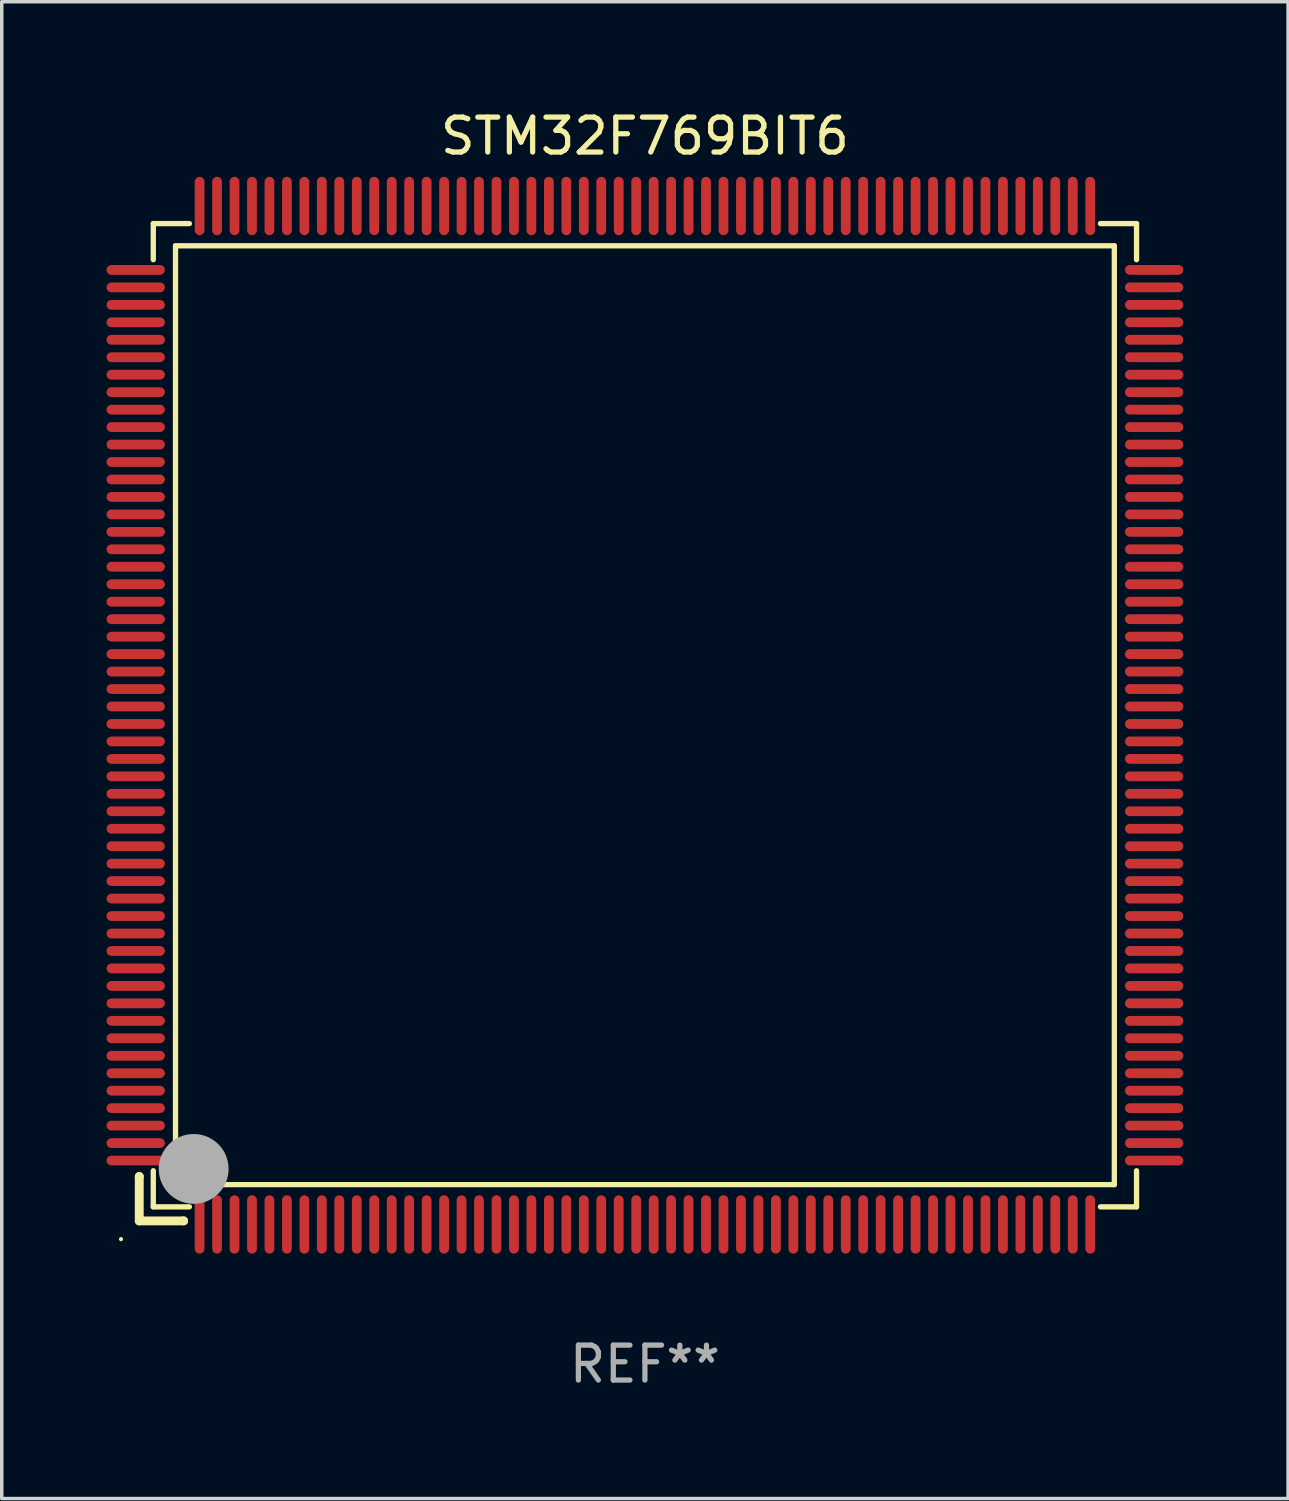
<source format=kicad_pcb>
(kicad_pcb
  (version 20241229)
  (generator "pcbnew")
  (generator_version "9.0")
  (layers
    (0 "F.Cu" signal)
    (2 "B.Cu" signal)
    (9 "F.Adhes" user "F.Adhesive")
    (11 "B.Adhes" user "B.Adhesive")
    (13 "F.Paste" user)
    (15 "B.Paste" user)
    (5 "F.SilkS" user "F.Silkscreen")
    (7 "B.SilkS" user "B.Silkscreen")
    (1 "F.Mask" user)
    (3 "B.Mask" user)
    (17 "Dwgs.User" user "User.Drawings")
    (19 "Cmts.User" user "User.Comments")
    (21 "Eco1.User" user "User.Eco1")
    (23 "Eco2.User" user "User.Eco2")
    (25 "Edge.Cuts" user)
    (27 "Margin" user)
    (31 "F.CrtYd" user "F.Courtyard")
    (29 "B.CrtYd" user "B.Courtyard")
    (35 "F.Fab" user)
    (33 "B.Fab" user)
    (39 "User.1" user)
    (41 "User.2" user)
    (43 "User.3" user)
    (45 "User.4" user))
  (footprint "STM32F769BIT6"
    (layer "F.Cu")
    (at 15.415 17.428)
    (property "Reference" "STM32F769BIT6" (at 0 -16.58 0) (layer "F.SilkS") (effects (font (size 1 1) (thickness 0.15))))
    (attr through_hole)
    (fp_line (start -14.478 13.208) (end -14.478 13.208) (stroke (width 0.254) (type solid)) (layer "F.SilkS"))
    (fp_line (start -14.478 13.208) (end -14.478 14.478) (stroke (width 0.254) (type solid)) (layer "F.SilkS"))
    (fp_line (start -14.478 14.478) (end -13.208 14.478) (stroke (width 0.254) (type solid)) (layer "F.SilkS"))
    (fp_line (start -14.076 -14.076) (end -14.076 -13.042) (stroke (width 0.152) (type solid)) (layer "F.SilkS"))
    (fp_line (start -14.076 14.076) (end -14.076 13.042) (stroke (width 0.152) (type solid)) (layer "F.SilkS"))
    (fp_line (start -13.44 -13.44) (end 13.44 -13.44) (stroke (width 0.152) (type solid)) (layer "F.SilkS"))
    (fp_line (start -13.44 13.44) (end -13.44 -13.44) (stroke (width 0.152) (type solid)) (layer "F.SilkS"))
    (fp_line (start -13.208 14.478) (end -13.208 14.478) (stroke (width 0.254) (type solid)) (layer "F.SilkS"))
    (fp_line (start -13.042 -14.076) (end -14.076 -14.076) (stroke (width 0.152) (type solid)) (layer "F.SilkS"))
    (fp_line (start -13.042 14.076) (end -14.076 14.076) (stroke (width 0.152) (type solid)) (layer "F.SilkS"))
    (fp_line (start 13.042 -14.076) (end 14.076 -14.076) (stroke (width 0.152) (type solid)) (layer "F.SilkS"))
    (fp_line (start 13.042 14.076) (end 14.076 14.076) (stroke (width 0.152) (type solid)) (layer "F.SilkS"))
    (fp_line (start 13.44 -13.44) (end 13.44 13.44) (stroke (width 0.152) (type solid)) (layer "F.SilkS"))
    (fp_line (start 13.44 13.44) (end -13.44 13.44) (stroke (width 0.152) (type solid)) (layer "F.SilkS"))
    (fp_line (start 14.076 -14.076) (end 14.076 -13.042) (stroke (width 0.152) (type solid)) (layer "F.SilkS"))
    (fp_line (start 14.076 14.076) (end 14.076 13.042) (stroke (width 0.152) (type solid)) (layer "F.SilkS"))
    (fp_circle (center -15 15) (end -14.97 15) (stroke (width 0.06) (type solid)) (fill no) (layer "F.SilkS"))
    (fp_circle (center -13.138 13.138) (end -13.063 13.138) (stroke (width 0.15) (type solid)) (fill no) (layer "F.SilkS"))
    (fp_circle (center -12.92 12.99) (end -12.42 12.99) (stroke (width 1) (type solid)) (fill no) (layer "F.Fab"))
    (fp_text user "REF**" (at 0 18.58 0) (layer "F.Fab") (effects (font (size 1 1) (thickness 0.15))))
    (pad "1" smd oval (at -12.75 14.58) (size 0.28 1.67) (layers "F.Cu" "F.Mask" "F.Paste"))
    (pad "2" smd oval (at -12.25 14.58) (size 0.28 1.67) (layers "F.Cu" "F.Mask" "F.Paste"))
    (pad "3" smd oval (at -11.75 14.58) (size 0.28 1.67) (layers "F.Cu" "F.Mask" "F.Paste"))
    (pad "4" smd oval (at -11.25 14.58) (size 0.28 1.67) (layers "F.Cu" "F.Mask" "F.Paste"))
    (pad "5" smd oval (at -10.75 14.58) (size 0.28 1.67) (layers "F.Cu" "F.Mask" "F.Paste"))
    (pad "6" smd oval (at -10.25 14.58) (size 0.28 1.67) (layers "F.Cu" "F.Mask" "F.Paste"))
    (pad "7" smd oval (at -9.75 14.58) (size 0.28 1.67) (layers "F.Cu" "F.Mask" "F.Paste"))
    (pad "8" smd oval (at -9.25 14.58) (size 0.28 1.67) (layers "F.Cu" "F.Mask" "F.Paste"))
    (pad "9" smd oval (at -8.75 14.58) (size 0.28 1.67) (layers "F.Cu" "F.Mask" "F.Paste"))
    (pad "10" smd oval (at -8.25 14.58) (size 0.28 1.67) (layers "F.Cu" "F.Mask" "F.Paste"))
    (pad "11" smd oval (at -7.75 14.58) (size 0.28 1.67) (layers "F.Cu" "F.Mask" "F.Paste"))
    (pad "12" smd oval (at -7.25 14.58) (size 0.28 1.67) (layers "F.Cu" "F.Mask" "F.Paste"))
    (pad "13" smd oval (at -6.75 14.58) (size 0.28 1.67) (layers "F.Cu" "F.Mask" "F.Paste"))
    (pad "14" smd oval (at -6.25 14.58) (size 0.28 1.67) (layers "F.Cu" "F.Mask" "F.Paste"))
    (pad "15" smd oval (at -5.75 14.58) (size 0.28 1.67) (layers "F.Cu" "F.Mask" "F.Paste"))
    (pad "16" smd oval (at -5.25 14.58) (size 0.28 1.67) (layers "F.Cu" "F.Mask" "F.Paste"))
    (pad "17" smd oval (at -4.75 14.58) (size 0.28 1.67) (layers "F.Cu" "F.Mask" "F.Paste"))
    (pad "18" smd oval (at -4.25 14.58) (size 0.28 1.67) (layers "F.Cu" "F.Mask" "F.Paste"))
    (pad "19" smd oval (at -3.75 14.58) (size 0.28 1.67) (layers "F.Cu" "F.Mask" "F.Paste"))
    (pad "20" smd oval (at -3.25 14.58) (size 0.28 1.67) (layers "F.Cu" "F.Mask" "F.Paste"))
    (pad "21" smd oval (at -2.75 14.58) (size 0.28 1.67) (layers "F.Cu" "F.Mask" "F.Paste"))
    (pad "22" smd oval (at -2.25 14.58) (size 0.28 1.67) (layers "F.Cu" "F.Mask" "F.Paste"))
    (pad "23" smd oval (at -1.75 14.58) (size 0.28 1.67) (layers "F.Cu" "F.Mask" "F.Paste"))
    (pad "24" smd oval (at -1.25 14.58) (size 0.28 1.67) (layers "F.Cu" "F.Mask" "F.Paste"))
    (pad "25" smd oval (at -0.75 14.58) (size 0.28 1.67) (layers "F.Cu" "F.Mask" "F.Paste"))
    (pad "26" smd oval (at -0.25 14.58) (size 0.28 1.67) (layers "F.Cu" "F.Mask" "F.Paste"))
    (pad "27" smd oval (at 0.25 14.58) (size 0.28 1.67) (layers "F.Cu" "F.Mask" "F.Paste"))
    (pad "28" smd oval (at 0.75 14.58) (size 0.28 1.67) (layers "F.Cu" "F.Mask" "F.Paste"))
    (pad "29" smd oval (at 1.25 14.58) (size 0.28 1.67) (layers "F.Cu" "F.Mask" "F.Paste"))
    (pad "30" smd oval (at 1.75 14.58) (size 0.28 1.67) (layers "F.Cu" "F.Mask" "F.Paste"))
    (pad "31" smd oval (at 2.25 14.58) (size 0.28 1.67) (layers "F.Cu" "F.Mask" "F.Paste"))
    (pad "32" smd oval (at 2.75 14.58) (size 0.28 1.67) (layers "F.Cu" "F.Mask" "F.Paste"))
    (pad "33" smd oval (at 3.25 14.58) (size 0.28 1.67) (layers "F.Cu" "F.Mask" "F.Paste"))
    (pad "34" smd oval (at 3.75 14.58) (size 0.28 1.67) (layers "F.Cu" "F.Mask" "F.Paste"))
    (pad "35" smd oval (at 4.25 14.58) (size 0.28 1.67) (layers "F.Cu" "F.Mask" "F.Paste"))
    (pad "36" smd oval (at 4.75 14.58) (size 0.28 1.67) (layers "F.Cu" "F.Mask" "F.Paste"))
    (pad "37" smd oval (at 5.25 14.58) (size 0.28 1.67) (layers "F.Cu" "F.Mask" "F.Paste"))
    (pad "38" smd oval (at 5.75 14.58) (size 0.28 1.67) (layers "F.Cu" "F.Mask" "F.Paste"))
    (pad "39" smd oval (at 6.25 14.58) (size 0.28 1.67) (layers "F.Cu" "F.Mask" "F.Paste"))
    (pad "40" smd oval (at 6.75 14.58) (size 0.28 1.67) (layers "F.Cu" "F.Mask" "F.Paste"))
    (pad "41" smd oval (at 7.25 14.58) (size 0.28 1.67) (layers "F.Cu" "F.Mask" "F.Paste"))
    (pad "42" smd oval (at 7.75 14.58) (size 0.28 1.67) (layers "F.Cu" "F.Mask" "F.Paste"))
    (pad "43" smd oval (at 8.25 14.58) (size 0.28 1.67) (layers "F.Cu" "F.Mask" "F.Paste"))
    (pad "44" smd oval (at 8.75 14.58) (size 0.28 1.67) (layers "F.Cu" "F.Mask" "F.Paste"))
    (pad "45" smd oval (at 9.25 14.58) (size 0.28 1.67) (layers "F.Cu" "F.Mask" "F.Paste"))
    (pad "46" smd oval (at 9.75 14.58) (size 0.28 1.67) (layers "F.Cu" "F.Mask" "F.Paste"))
    (pad "47" smd oval (at 10.25 14.58) (size 0.28 1.67) (layers "F.Cu" "F.Mask" "F.Paste"))
    (pad "48" smd oval (at 10.75 14.58) (size 0.28 1.67) (layers "F.Cu" "F.Mask" "F.Paste"))
    (pad "49" smd oval (at 11.25 14.58) (size 0.28 1.67) (layers "F.Cu" "F.Mask" "F.Paste"))
    (pad "50" smd oval (at 11.75 14.58) (size 0.28 1.67) (layers "F.Cu" "F.Mask" "F.Paste"))
    (pad "51" smd oval (at 12.25 14.58) (size 0.28 1.67) (layers "F.Cu" "F.Mask" "F.Paste"))
    (pad "52" smd oval (at 12.75 14.58) (size 0.28 1.67) (layers "F.Cu" "F.Mask" "F.Paste"))
    (pad "53" smd oval (at 14.58 12.75) (size 1.67 0.28) (layers "F.Cu" "F.Mask" "F.Paste"))
    (pad "54" smd oval (at 14.58 12.25) (size 1.67 0.28) (layers "F.Cu" "F.Mask" "F.Paste"))
    (pad "55" smd oval (at 14.58 11.75) (size 1.67 0.28) (layers "F.Cu" "F.Mask" "F.Paste"))
    (pad "56" smd oval (at 14.58 11.25) (size 1.67 0.28) (layers "F.Cu" "F.Mask" "F.Paste"))
    (pad "57" smd oval (at 14.58 10.75) (size 1.67 0.28) (layers "F.Cu" "F.Mask" "F.Paste"))
    (pad "58" smd oval (at 14.58 10.25) (size 1.67 0.28) (layers "F.Cu" "F.Mask" "F.Paste"))
    (pad "59" smd oval (at 14.58 9.75) (size 1.67 0.28) (layers "F.Cu" "F.Mask" "F.Paste"))
    (pad "60" smd oval (at 14.58 9.25) (size 1.67 0.28) (layers "F.Cu" "F.Mask" "F.Paste"))
    (pad "61" smd oval (at 14.58 8.75) (size 1.67 0.28) (layers "F.Cu" "F.Mask" "F.Paste"))
    (pad "62" smd oval (at 14.58 8.25) (size 1.67 0.28) (layers "F.Cu" "F.Mask" "F.Paste"))
    (pad "63" smd oval (at 14.58 7.75) (size 1.67 0.28) (layers "F.Cu" "F.Mask" "F.Paste"))
    (pad "64" smd oval (at 14.58 7.25) (size 1.67 0.28) (layers "F.Cu" "F.Mask" "F.Paste"))
    (pad "65" smd oval (at 14.58 6.75) (size 1.67 0.28) (layers "F.Cu" "F.Mask" "F.Paste"))
    (pad "66" smd oval (at 14.58 6.25) (size 1.67 0.28) (layers "F.Cu" "F.Mask" "F.Paste"))
    (pad "67" smd oval (at 14.58 5.75) (size 1.67 0.28) (layers "F.Cu" "F.Mask" "F.Paste"))
    (pad "68" smd oval (at 14.58 5.25) (size 1.67 0.28) (layers "F.Cu" "F.Mask" "F.Paste"))
    (pad "69" smd oval (at 14.58 4.75) (size 1.67 0.28) (layers "F.Cu" "F.Mask" "F.Paste"))
    (pad "70" smd oval (at 14.58 4.25) (size 1.67 0.28) (layers "F.Cu" "F.Mask" "F.Paste"))
    (pad "71" smd oval (at 14.58 3.75) (size 1.67 0.28) (layers "F.Cu" "F.Mask" "F.Paste"))
    (pad "72" smd oval (at 14.58 3.25) (size 1.67 0.28) (layers "F.Cu" "F.Mask" "F.Paste"))
    (pad "73" smd oval (at 14.58 2.75) (size 1.67 0.28) (layers "F.Cu" "F.Mask" "F.Paste"))
    (pad "74" smd oval (at 14.58 2.25) (size 1.67 0.28) (layers "F.Cu" "F.Mask" "F.Paste"))
    (pad "75" smd oval (at 14.58 1.75) (size 1.67 0.28) (layers "F.Cu" "F.Mask" "F.Paste"))
    (pad "76" smd oval (at 14.58 1.25) (size 1.67 0.28) (layers "F.Cu" "F.Mask" "F.Paste"))
    (pad "77" smd oval (at 14.58 0.75) (size 1.67 0.28) (layers "F.Cu" "F.Mask" "F.Paste"))
    (pad "78" smd oval (at 14.58 0.25) (size 1.67 0.28) (layers "F.Cu" "F.Mask" "F.Paste"))
    (pad "79" smd oval (at 14.58 -0.25) (size 1.67 0.28) (layers "F.Cu" "F.Mask" "F.Paste"))
    (pad "80" smd oval (at 14.58 -0.75) (size 1.67 0.28) (layers "F.Cu" "F.Mask" "F.Paste"))
    (pad "81" smd oval (at 14.58 -1.25) (size 1.67 0.28) (layers "F.Cu" "F.Mask" "F.Paste"))
    (pad "82" smd oval (at 14.58 -1.75) (size 1.67 0.28) (layers "F.Cu" "F.Mask" "F.Paste"))
    (pad "83" smd oval (at 14.58 -2.25) (size 1.67 0.28) (layers "F.Cu" "F.Mask" "F.Paste"))
    (pad "84" smd oval (at 14.58 -2.75) (size 1.67 0.28) (layers "F.Cu" "F.Mask" "F.Paste"))
    (pad "85" smd oval (at 14.58 -3.25) (size 1.67 0.28) (layers "F.Cu" "F.Mask" "F.Paste"))
    (pad "86" smd oval (at 14.58 -3.75) (size 1.67 0.28) (layers "F.Cu" "F.Mask" "F.Paste"))
    (pad "87" smd oval (at 14.58 -4.25) (size 1.67 0.28) (layers "F.Cu" "F.Mask" "F.Paste"))
    (pad "88" smd oval (at 14.58 -4.75) (size 1.67 0.28) (layers "F.Cu" "F.Mask" "F.Paste"))
    (pad "89" smd oval (at 14.58 -5.25) (size 1.67 0.28) (layers "F.Cu" "F.Mask" "F.Paste"))
    (pad "90" smd oval (at 14.58 -5.75) (size 1.67 0.28) (layers "F.Cu" "F.Mask" "F.Paste"))
    (pad "91" smd oval (at 14.58 -6.25) (size 1.67 0.28) (layers "F.Cu" "F.Mask" "F.Paste"))
    (pad "92" smd oval (at 14.58 -6.75) (size 1.67 0.28) (layers "F.Cu" "F.Mask" "F.Paste"))
    (pad "93" smd oval (at 14.58 -7.25) (size 1.67 0.28) (layers "F.Cu" "F.Mask" "F.Paste"))
    (pad "94" smd oval (at 14.58 -7.75) (size 1.67 0.28) (layers "F.Cu" "F.Mask" "F.Paste"))
    (pad "95" smd oval (at 14.58 -8.25) (size 1.67 0.28) (layers "F.Cu" "F.Mask" "F.Paste"))
    (pad "96" smd oval (at 14.58 -8.75) (size 1.67 0.28) (layers "F.Cu" "F.Mask" "F.Paste"))
    (pad "97" smd oval (at 14.58 -9.25) (size 1.67 0.28) (layers "F.Cu" "F.Mask" "F.Paste"))
    (pad "98" smd oval (at 14.58 -9.75) (size 1.67 0.28) (layers "F.Cu" "F.Mask" "F.Paste"))
    (pad "99" smd oval (at 14.58 -10.25) (size 1.67 0.28) (layers "F.Cu" "F.Mask" "F.Paste"))
    (pad "100" smd oval (at 14.58 -10.75) (size 1.67 0.28) (layers "F.Cu" "F.Mask" "F.Paste"))
    (pad "101" smd oval (at 14.58 -11.25) (size 1.67 0.28) (layers "F.Cu" "F.Mask" "F.Paste"))
    (pad "102" smd oval (at 14.58 -11.75) (size 1.67 0.28) (layers "F.Cu" "F.Mask" "F.Paste"))
    (pad "103" smd oval (at 14.58 -12.25) (size 1.67 0.28) (layers "F.Cu" "F.Mask" "F.Paste"))
    (pad "104" smd oval (at 14.58 -12.75) (size 1.67 0.28) (layers "F.Cu" "F.Mask" "F.Paste"))
    (pad "105" smd oval (at 12.75 -14.58) (size 0.28 1.67) (layers "F.Cu" "F.Mask" "F.Paste"))
    (pad "106" smd oval (at 12.25 -14.58) (size 0.28 1.67) (layers "F.Cu" "F.Mask" "F.Paste"))
    (pad "107" smd oval (at 11.75 -14.58) (size 0.28 1.67) (layers "F.Cu" "F.Mask" "F.Paste"))
    (pad "108" smd oval (at 11.25 -14.58) (size 0.28 1.67) (layers "F.Cu" "F.Mask" "F.Paste"))
    (pad "109" smd oval (at 10.75 -14.58) (size 0.28 1.67) (layers "F.Cu" "F.Mask" "F.Paste"))
    (pad "110" smd oval (at 10.25 -14.58) (size 0.28 1.67) (layers "F.Cu" "F.Mask" "F.Paste"))
    (pad "111" smd oval (at 9.75 -14.58) (size 0.28 1.67) (layers "F.Cu" "F.Mask" "F.Paste"))
    (pad "112" smd oval (at 9.25 -14.58) (size 0.28 1.67) (layers "F.Cu" "F.Mask" "F.Paste"))
    (pad "113" smd oval (at 8.75 -14.58) (size 0.28 1.67) (layers "F.Cu" "F.Mask" "F.Paste"))
    (pad "114" smd oval (at 8.25 -14.58) (size 0.28 1.67) (layers "F.Cu" "F.Mask" "F.Paste"))
    (pad "115" smd oval (at 7.75 -14.58) (size 0.28 1.67) (layers "F.Cu" "F.Mask" "F.Paste"))
    (pad "116" smd oval (at 7.25 -14.58) (size 0.28 1.67) (layers "F.Cu" "F.Mask" "F.Paste"))
    (pad "117" smd oval (at 6.75 -14.58) (size 0.28 1.67) (layers "F.Cu" "F.Mask" "F.Paste"))
    (pad "118" smd oval (at 6.25 -14.58) (size 0.28 1.67) (layers "F.Cu" "F.Mask" "F.Paste"))
    (pad "119" smd oval (at 5.75 -14.58) (size 0.28 1.67) (layers "F.Cu" "F.Mask" "F.Paste"))
    (pad "120" smd oval (at 5.25 -14.58) (size 0.28 1.67) (layers "F.Cu" "F.Mask" "F.Paste"))
    (pad "121" smd oval (at 4.75 -14.58) (size 0.28 1.67) (layers "F.Cu" "F.Mask" "F.Paste"))
    (pad "122" smd oval (at 4.25 -14.58) (size 0.28 1.67) (layers "F.Cu" "F.Mask" "F.Paste"))
    (pad "123" smd oval (at 3.75 -14.58) (size 0.28 1.67) (layers "F.Cu" "F.Mask" "F.Paste"))
    (pad "124" smd oval (at 3.25 -14.58) (size 0.28 1.67) (layers "F.Cu" "F.Mask" "F.Paste"))
    (pad "125" smd oval (at 2.75 -14.58) (size 0.28 1.67) (layers "F.Cu" "F.Mask" "F.Paste"))
    (pad "126" smd oval (at 2.25 -14.58) (size 0.28 1.67) (layers "F.Cu" "F.Mask" "F.Paste"))
    (pad "127" smd oval (at 1.75 -14.58) (size 0.28 1.67) (layers "F.Cu" "F.Mask" "F.Paste"))
    (pad "128" smd oval (at 1.25 -14.58) (size 0.28 1.67) (layers "F.Cu" "F.Mask" "F.Paste"))
    (pad "129" smd oval (at 0.75 -14.58) (size 0.28 1.67) (layers "F.Cu" "F.Mask" "F.Paste"))
    (pad "130" smd oval (at 0.25 -14.58) (size 0.28 1.67) (layers "F.Cu" "F.Mask" "F.Paste"))
    (pad "131" smd oval (at -0.25 -14.58) (size 0.28 1.67) (layers "F.Cu" "F.Mask" "F.Paste"))
    (pad "132" smd oval (at -0.75 -14.58) (size 0.28 1.67) (layers "F.Cu" "F.Mask" "F.Paste"))
    (pad "133" smd oval (at -1.25 -14.58) (size 0.28 1.67) (layers "F.Cu" "F.Mask" "F.Paste"))
    (pad "134" smd oval (at -1.75 -14.58) (size 0.28 1.67) (layers "F.Cu" "F.Mask" "F.Paste"))
    (pad "135" smd oval (at -2.25 -14.58) (size 0.28 1.67) (layers "F.Cu" "F.Mask" "F.Paste"))
    (pad "136" smd oval (at -2.75 -14.58) (size 0.28 1.67) (layers "F.Cu" "F.Mask" "F.Paste"))
    (pad "137" smd oval (at -3.25 -14.58) (size 0.28 1.67) (layers "F.Cu" "F.Mask" "F.Paste"))
    (pad "138" smd oval (at -3.75 -14.58) (size 0.28 1.67) (layers "F.Cu" "F.Mask" "F.Paste"))
    (pad "139" smd oval (at -4.25 -14.58) (size 0.28 1.67) (layers "F.Cu" "F.Mask" "F.Paste"))
    (pad "140" smd oval (at -4.75 -14.58) (size 0.28 1.67) (layers "F.Cu" "F.Mask" "F.Paste"))
    (pad "141" smd oval (at -5.25 -14.58) (size 0.28 1.67) (layers "F.Cu" "F.Mask" "F.Paste"))
    (pad "142" smd oval (at -5.75 -14.58) (size 0.28 1.67) (layers "F.Cu" "F.Mask" "F.Paste"))
    (pad "143" smd oval (at -6.25 -14.58) (size 0.28 1.67) (layers "F.Cu" "F.Mask" "F.Paste"))
    (pad "144" smd oval (at -6.75 -14.58) (size 0.28 1.67) (layers "F.Cu" "F.Mask" "F.Paste"))
    (pad "145" smd oval (at -7.25 -14.58) (size 0.28 1.67) (layers "F.Cu" "F.Mask" "F.Paste"))
    (pad "146" smd oval (at -7.75 -14.58) (size 0.28 1.67) (layers "F.Cu" "F.Mask" "F.Paste"))
    (pad "147" smd oval (at -8.25 -14.58) (size 0.28 1.67) (layers "F.Cu" "F.Mask" "F.Paste"))
    (pad "148" smd oval (at -8.75 -14.58) (size 0.28 1.67) (layers "F.Cu" "F.Mask" "F.Paste"))
    (pad "149" smd oval (at -9.25 -14.58) (size 0.28 1.67) (layers "F.Cu" "F.Mask" "F.Paste"))
    (pad "150" smd oval (at -9.75 -14.58) (size 0.28 1.67) (layers "F.Cu" "F.Mask" "F.Paste"))
    (pad "151" smd oval (at -10.25 -14.58) (size 0.28 1.67) (layers "F.Cu" "F.Mask" "F.Paste"))
    (pad "152" smd oval (at -10.75 -14.58) (size 0.28 1.67) (layers "F.Cu" "F.Mask" "F.Paste"))
    (pad "153" smd oval (at -11.25 -14.58) (size 0.28 1.67) (layers "F.Cu" "F.Mask" "F.Paste"))
    (pad "154" smd oval (at -11.75 -14.58) (size 0.28 1.67) (layers "F.Cu" "F.Mask" "F.Paste"))
    (pad "155" smd oval (at -12.25 -14.58) (size 0.28 1.67) (layers "F.Cu" "F.Mask" "F.Paste"))
    (pad "156" smd oval (at -12.75 -14.58) (size 0.28 1.67) (layers "F.Cu" "F.Mask" "F.Paste"))
    (pad "157" smd oval (at -14.58 -12.75) (size 1.67 0.28) (layers "F.Cu" "F.Mask" "F.Paste"))
    (pad "158" smd oval (at -14.58 -12.25) (size 1.67 0.28) (layers "F.Cu" "F.Mask" "F.Paste"))
    (pad "159" smd oval (at -14.58 -11.75) (size 1.67 0.28) (layers "F.Cu" "F.Mask" "F.Paste"))
    (pad "160" smd oval (at -14.58 -11.25) (size 1.67 0.28) (layers "F.Cu" "F.Mask" "F.Paste"))
    (pad "161" smd oval (at -14.58 -10.75) (size 1.67 0.28) (layers "F.Cu" "F.Mask" "F.Paste"))
    (pad "162" smd oval (at -14.58 -10.25) (size 1.67 0.28) (layers "F.Cu" "F.Mask" "F.Paste"))
    (pad "163" smd oval (at -14.58 -9.75) (size 1.67 0.28) (layers "F.Cu" "F.Mask" "F.Paste"))
    (pad "164" smd oval (at -14.58 -9.25) (size 1.67 0.28) (layers "F.Cu" "F.Mask" "F.Paste"))
    (pad "165" smd oval (at -14.58 -8.75) (size 1.67 0.28) (layers "F.Cu" "F.Mask" "F.Paste"))
    (pad "166" smd oval (at -14.58 -8.25) (size 1.67 0.28) (layers "F.Cu" "F.Mask" "F.Paste"))
    (pad "167" smd oval (at -14.58 -7.75) (size 1.67 0.28) (layers "F.Cu" "F.Mask" "F.Paste"))
    (pad "168" smd oval (at -14.58 -7.25) (size 1.67 0.28) (layers "F.Cu" "F.Mask" "F.Paste"))
    (pad "169" smd oval (at -14.58 -6.75) (size 1.67 0.28) (layers "F.Cu" "F.Mask" "F.Paste"))
    (pad "170" smd oval (at -14.58 -6.25) (size 1.67 0.28) (layers "F.Cu" "F.Mask" "F.Paste"))
    (pad "171" smd oval (at -14.58 -5.75) (size 1.67 0.28) (layers "F.Cu" "F.Mask" "F.Paste"))
    (pad "172" smd oval (at -14.58 -5.25) (size 1.67 0.28) (layers "F.Cu" "F.Mask" "F.Paste"))
    (pad "173" smd oval (at -14.58 -4.75) (size 1.67 0.28) (layers "F.Cu" "F.Mask" "F.Paste"))
    (pad "174" smd oval (at -14.58 -4.25) (size 1.67 0.28) (layers "F.Cu" "F.Mask" "F.Paste"))
    (pad "175" smd oval (at -14.58 -3.75) (size 1.67 0.28) (layers "F.Cu" "F.Mask" "F.Paste"))
    (pad "176" smd oval (at -14.58 -3.25) (size 1.67 0.28) (layers "F.Cu" "F.Mask" "F.Paste"))
    (pad "177" smd oval (at -14.58 -2.75) (size 1.67 0.28) (layers "F.Cu" "F.Mask" "F.Paste"))
    (pad "178" smd oval (at -14.58 -2.25) (size 1.67 0.28) (layers "F.Cu" "F.Mask" "F.Paste"))
    (pad "179" smd oval (at -14.58 -1.75) (size 1.67 0.28) (layers "F.Cu" "F.Mask" "F.Paste"))
    (pad "180" smd oval (at -14.58 -1.25) (size 1.67 0.28) (layers "F.Cu" "F.Mask" "F.Paste"))
    (pad "181" smd oval (at -14.58 -0.75) (size 1.67 0.28) (layers "F.Cu" "F.Mask" "F.Paste"))
    (pad "182" smd oval (at -14.58 -0.25) (size 1.67 0.28) (layers "F.Cu" "F.Mask" "F.Paste"))
    (pad "183" smd oval (at -14.58 0.25) (size 1.67 0.28) (layers "F.Cu" "F.Mask" "F.Paste"))
    (pad "184" smd oval (at -14.58 0.75) (size 1.67 0.28) (layers "F.Cu" "F.Mask" "F.Paste"))
    (pad "185" smd oval (at -14.58 1.25) (size 1.67 0.28) (layers "F.Cu" "F.Mask" "F.Paste"))
    (pad "186" smd oval (at -14.58 1.75) (size 1.67 0.28) (layers "F.Cu" "F.Mask" "F.Paste"))
    (pad "187" smd oval (at -14.58 2.25) (size 1.67 0.28) (layers "F.Cu" "F.Mask" "F.Paste"))
    (pad "188" smd oval (at -14.58 2.75) (size 1.67 0.28) (layers "F.Cu" "F.Mask" "F.Paste"))
    (pad "189" smd oval (at -14.58 3.25) (size 1.67 0.28) (layers "F.Cu" "F.Mask" "F.Paste"))
    (pad "190" smd oval (at -14.58 3.75) (size 1.67 0.28) (layers "F.Cu" "F.Mask" "F.Paste"))
    (pad "191" smd oval (at -14.58 4.25) (size 1.67 0.28) (layers "F.Cu" "F.Mask" "F.Paste"))
    (pad "192" smd oval (at -14.58 4.75) (size 1.67 0.28) (layers "F.Cu" "F.Mask" "F.Paste"))
    (pad "193" smd oval (at -14.58 5.25) (size 1.67 0.28) (layers "F.Cu" "F.Mask" "F.Paste"))
    (pad "194" smd oval (at -14.58 5.75) (size 1.67 0.28) (layers "F.Cu" "F.Mask" "F.Paste"))
    (pad "195" smd oval (at -14.58 6.25) (size 1.67 0.28) (layers "F.Cu" "F.Mask" "F.Paste"))
    (pad "196" smd oval (at -14.58 6.75) (size 1.67 0.28) (layers "F.Cu" "F.Mask" "F.Paste"))
    (pad "197" smd oval (at -14.58 7.25) (size 1.67 0.28) (layers "F.Cu" "F.Mask" "F.Paste"))
    (pad "198" smd oval (at -14.58 7.75) (size 1.67 0.28) (layers "F.Cu" "F.Mask" "F.Paste"))
    (pad "199" smd oval (at -14.58 8.25) (size 1.67 0.28) (layers "F.Cu" "F.Mask" "F.Paste"))
    (pad "200" smd oval (at -14.58 8.75) (size 1.67 0.28) (layers "F.Cu" "F.Mask" "F.Paste"))
    (pad "201" smd oval (at -14.58 9.25) (size 1.67 0.28) (layers "F.Cu" "F.Mask" "F.Paste"))
    (pad "202" smd oval (at -14.58 9.75) (size 1.67 0.28) (layers "F.Cu" "F.Mask" "F.Paste"))
    (pad "203" smd oval (at -14.58 10.25) (size 1.67 0.28) (layers "F.Cu" "F.Mask" "F.Paste"))
    (pad "204" smd oval (at -14.58 10.75) (size 1.67 0.28) (layers "F.Cu" "F.Mask" "F.Paste"))
    (pad "205" smd oval (at -14.58 11.25) (size 1.67 0.28) (layers "F.Cu" "F.Mask" "F.Paste"))
    (pad "206" smd oval (at -14.58 11.75) (size 1.67 0.28) (layers "F.Cu" "F.Mask" "F.Paste"))
    (pad "207" smd oval (at -14.58 12.25) (size 1.67 0.28) (layers "F.Cu" "F.Mask" "F.Paste"))
    (pad "208" smd oval (at -14.58 12.75) (size 1.67 0.28) (layers "F.Cu" "F.Mask" "F.Paste")))
  (gr_rect
    (start -3 -3)
    (end 33.83 39.856)
    (stroke (width 0.1) (type default))
    (fill no)
    (layer "Edge.Cuts")))
</source>
